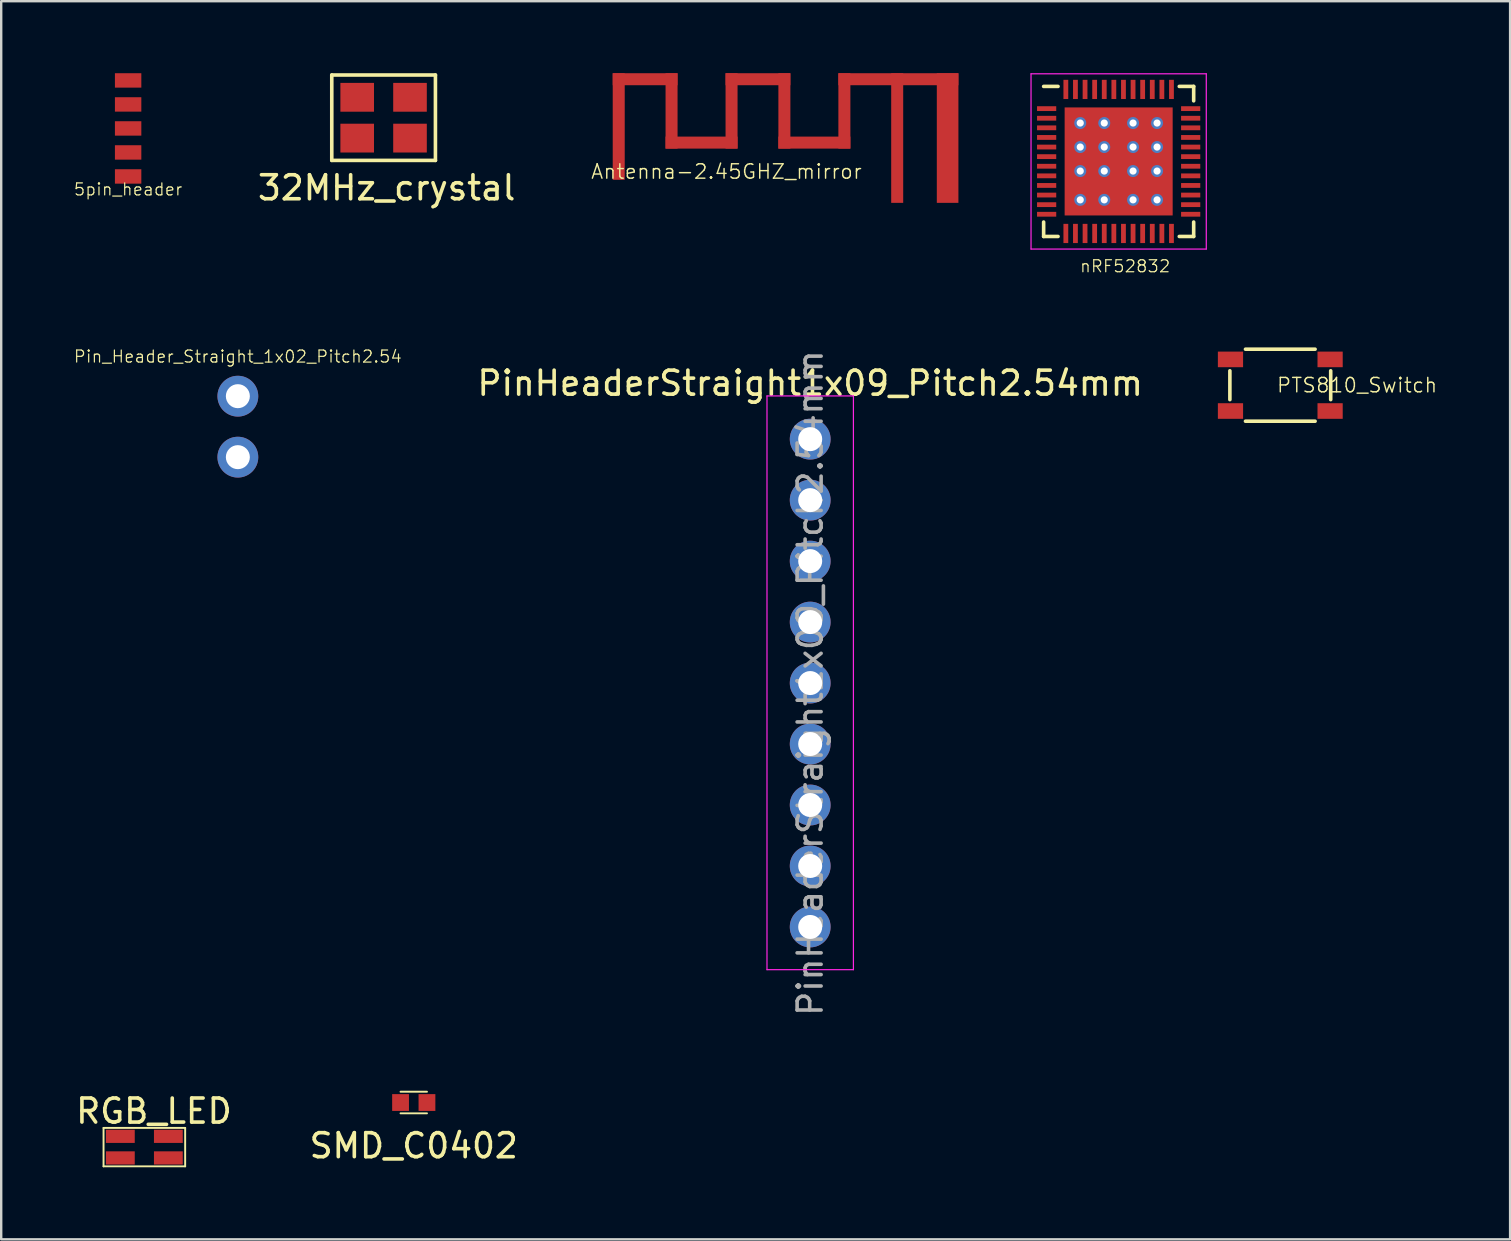
<source format=kicad_pcb>
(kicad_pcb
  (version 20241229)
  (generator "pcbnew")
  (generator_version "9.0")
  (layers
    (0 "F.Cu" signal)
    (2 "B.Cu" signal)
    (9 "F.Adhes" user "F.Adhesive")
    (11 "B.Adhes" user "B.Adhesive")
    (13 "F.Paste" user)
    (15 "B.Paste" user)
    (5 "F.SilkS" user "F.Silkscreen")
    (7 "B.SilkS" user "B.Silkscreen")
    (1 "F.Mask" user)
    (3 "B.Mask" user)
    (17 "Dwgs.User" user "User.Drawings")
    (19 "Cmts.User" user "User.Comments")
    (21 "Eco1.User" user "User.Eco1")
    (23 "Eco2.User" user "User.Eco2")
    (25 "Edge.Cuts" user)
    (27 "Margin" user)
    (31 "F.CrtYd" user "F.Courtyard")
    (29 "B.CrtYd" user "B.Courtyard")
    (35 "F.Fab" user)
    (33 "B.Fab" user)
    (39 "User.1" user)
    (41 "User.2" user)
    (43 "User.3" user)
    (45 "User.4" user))
  (footprint "RGB_LED"
    (layer "F.Cu")
    (at 2.963 44.734)
    (property "Reference" "RGB_LED" (at 0.4 -1.5 0) (layer "F.SilkS") (effects (font (size 1 1) (thickness 0.15))))
    (attr through_hole)
    (fp_line (start -1.7 -0.8) (end -1.7 0.8) (stroke (width 0.08) (type solid)) (layer "F.SilkS"))
    (fp_line (start -1.7 0.8) (end 1.7 0.8) (stroke (width 0.08) (type solid)) (layer "F.SilkS"))
    (fp_line (start 1.7 -0.8) (end -1.7 -0.8) (stroke (width 0.08) (type solid)) (layer "F.SilkS"))
    (fp_line (start 1.7 0.8) (end 1.7 -0.8) (stroke (width 0.08) (type solid)) (layer "F.SilkS"))
    (pad "1" smd rect (at -1 -0.45) (size 1.2 0.55) (layers "F.Cu" "F.Mask" "F.Paste"))
    (pad "2" smd rect (at -1 0.45) (size 1.2 0.55) (layers "F.Cu" "F.Mask" "F.Paste"))
    (pad "3" smd rect (at 1 0.45) (size 1.2 0.55) (layers "F.Cu" "F.Mask" "F.Paste"))
    (pad "4" smd rect (at 1 -0.45) (size 1.2 0.55) (layers "F.Cu" "F.Mask" "F.Paste")))
  (footprint "5pin_header"
    (layer "F.Cu")
    (at 2.287 2.3)
    (property "Reference" "5pin_header" (at 0 2.54 0) (layer "F.SilkS") (effects (font (size 0.5 0.5) (thickness 0.05))))
    (attr through_hole)
    (pad "1" smd rect (at 0 -2) (size 1.1 0.6) (layers "F.Cu" "F.Mask" "F.Paste"))
    (pad "2" smd rect (at 0 -1) (size 1.1 0.6) (layers "F.Cu" "F.Mask" "F.Paste"))
    (pad "3" smd rect (at 0 0) (size 1.1 0.6) (layers "F.Cu" "F.Mask" "F.Paste"))
    (pad "4" smd rect (at 0 1) (size 1.1 0.6) (layers "F.Cu" "F.Mask" "F.Paste"))
    (pad "5" smd rect (at 0 2) (size 1.1 0.6) (layers "F.Cu" "F.Mask" "F.Paste")))
  (footprint "Pin_Header_Straight_1x02_Pitch2.54"
    (layer "F.Cu")
    (at 6.858 13.453)
    (property "Reference" "Pin_Header_Straight_1x02_Pitch2.54" (at 0 -1.651 0) (layer "F.SilkS") (effects (font (size 0.5 0.5) (thickness 0.05))))
    (attr through_hole)
    (pad "1" thru_hole circle (at 0 0) (size 1.7 1.7) (drill 1) (layers "*.Cu" "*.Mask"))
    (pad "2" thru_hole oval (at 0 2.54) (size 1.7 1.7) (drill 1) (layers "*.Cu" "*.Mask")))
  (footprint "PinHeaderStraight1x09_Pitch2.54mm"
    (layer "F.Cu")
    (at 30.699 15.243)
    (property "Reference" "PinHeaderStraight1x09_Pitch2.54mm" (at 0 -2.33 0) (layer "F.SilkS") (effects (font (size 1 1) (thickness 0.15))))
    (attr through_hole)
    (fp_line (start -1.8 -1.8) (end -1.8 22.1) (stroke (width 0.05) (type solid)) (layer "F.CrtYd"))
    (fp_line (start -1.8 22.1) (end 1.8 22.1) (stroke (width 0.05) (type solid)) (layer "F.CrtYd"))
    (fp_line (start 1.8 -1.8) (end -1.8 -1.8) (stroke (width 0.05) (type solid)) (layer "F.CrtYd"))
    (fp_line (start 1.8 22.1) (end 1.8 -1.8) (stroke (width 0.05) (type solid)) (layer "F.CrtYd"))
    (fp_text user "${REFERENCE}" (at 0 10.16 90) (layer "F.Fab") (effects (font (size 1 1) (thickness 0.15))))
    (pad "1" thru_hole circle (at 0 0) (size 1.7 1.7) (drill 1) (layers "*.Cu" "*.Mask"))
    (pad "2" thru_hole oval (at 0 2.54) (size 1.7 1.7) (drill 1) (layers "*.Cu" "*.Mask"))
    (pad "3" thru_hole oval (at 0 5.08) (size 1.7 1.7) (drill 1) (layers "*.Cu" "*.Mask"))
    (pad "4" thru_hole oval (at 0 7.62) (size 1.7 1.7) (drill 1) (layers "*.Cu" "*.Mask"))
    (pad "5" thru_hole oval (at 0 10.16) (size 1.7 1.7) (drill 1) (layers "*.Cu" "*.Mask"))
    (pad "6" thru_hole oval (at 0 12.7) (size 1.7 1.7) (drill 1) (layers "*.Cu" "*.Mask"))
    (pad "7" thru_hole oval (at 0 15.24) (size 1.7 1.7) (drill 1) (layers "*.Cu" "*.Mask"))
    (pad "8" thru_hole oval (at 0 17.78) (size 1.7 1.7) (drill 1) (layers "*.Cu" "*.Mask"))
    (pad "9" thru_hole oval (at 0 20.32) (size 1.7 1.7) (drill 1) (layers "*.Cu" "*.Mask")))
  (footprint "32MHz_crystal"
    (layer "F.Cu")
    (at 12.929 1.853)
    (property "Reference" "32MHz_crystal" (at 0.127 2.921 0) (layer "F.SilkS") (effects (font (size 1 1) (thickness 0.15))))
    (attr through_hole)
    (fp_line (start -2.159 -1.778) (end 2.159 -1.778) (stroke (width 0.15) (type solid)) (layer "F.SilkS"))
    (fp_line (start -2.159 1.778) (end -2.159 -1.778) (stroke (width 0.15) (type solid)) (layer "F.SilkS"))
    (fp_line (start 2.159 -1.778) (end 2.159 1.778) (stroke (width 0.15) (type solid)) (layer "F.SilkS"))
    (fp_line (start 2.159 1.778) (end -2.159 1.778) (stroke (width 0.15) (type solid)) (layer "F.SilkS"))
    (pad "1" smd rect (at -1.1 0.85) (size 1.4 1.2) (layers "F.Cu" "F.Mask" "F.Paste"))
    (pad "2" smd rect (at 1.1 0.85) (size 1.4 1.2) (layers "F.Cu" "F.Mask" "F.Paste"))
    (pad "3" smd rect (at 1.1 -0.85) (size 1.4 1.2) (layers "F.Cu" "F.Mask" "F.Paste"))
    (pad "4" smd rect (at -1.1 -0.85) (size 1.4 1.2) (layers "F.Cu" "F.Mask" "F.Paste")))
  (footprint "Antenna-2.45GHZ_mirror"
    (layer "F.Cu")
    (at 24.036 2.7)
    (property "Reference" "Antenna-2.45GHZ_mirror" (at 3.175 1.397 180) (layer "F.SilkS") (effects (font (size 0.6 0.6) (thickness 0.06))))
    (attr through_hole)
    (pad "1" smd rect (at -1.313 -0.48) (size 0.5 4.44) (layers "F.Cu" "F.Mask"))
    (pad "1" smd rect (at -0.213 -2.45 270) (size 0.5 2.7) (layers "F.Cu" "F.Mask"))
    (pad "1" smd rect (at 0.888 -1.13) (size 0.5 3.14) (layers "F.Cu" "F.Mask"))
    (pad "1" smd rect (at 2.137 0.19 270) (size 0.5 3) (layers "F.Cu" "F.Mask"))
    (pad "1" smd rect (at 3.387 -1.13) (size 0.5 3.14) (layers "F.Cu" "F.Mask"))
    (pad "1" smd rect (at 4.487 -2.45 270) (size 0.5 2.7) (layers "F.Cu" "F.Mask"))
    (pad "1" smd rect (at 5.588 -1.13) (size 0.5 3.14) (layers "F.Cu" "F.Mask"))
    (pad "1" smd rect (at 6.837 0.19 270) (size 0.5 3) (layers "F.Cu" "F.Mask"))
    (pad "1" smd rect (at 8.087 -1.13) (size 0.5 3.14) (layers "F.Cu" "F.Mask"))
    (pad "1" smd rect (at 10.287 0 180) (size 0.5 5.4) (layers "F.Cu" "F.Mask"))
    (pad "1" smd rect (at 10.337 -2.45 90) (size 0.5 5) (layers "F.Cu" "F.Mask"))
    (pad "2" smd rect (at 12.387 0 180) (size 0.9 5.4) (layers "F.Cu" "F.Mask")))
  (footprint "nRF52832"
    (layer "F.Cu")
    (at 43.548 3.675)
    (property "Reference" "nRF52832" (at 0.272 4.366 180) (layer "F.SilkS") (effects (font (size 0.5 0.5) (thickness 0.05))))
    (attr smd)
    (fp_line (start -3.125 -3.125) (end -2.525 -3.125) (stroke (width 0.15) (type solid)) (layer "F.SilkS"))
    (fp_line (start -3.125 3.125) (end -3.125 2.525) (stroke (width 0.15) (type solid)) (layer "F.SilkS"))
    (fp_line (start -3.125 3.125) (end -2.525 3.125) (stroke (width 0.15) (type solid)) (layer "F.SilkS"))
    (fp_line (start 3.125 -3.125) (end 2.525 -3.125) (stroke (width 0.15) (type solid)) (layer "F.SilkS"))
    (fp_line (start 3.125 -3.125) (end 3.125 -2.525) (stroke (width 0.15) (type solid)) (layer "F.SilkS"))
    (fp_line (start 3.125 3.125) (end 2.525 3.125) (stroke (width 0.15) (type solid)) (layer "F.SilkS"))
    (fp_line (start 3.125 3.125) (end 3.125 2.525) (stroke (width 0.15) (type solid)) (layer "F.SilkS"))
    (fp_line (start -3.65 -3.65) (end -3.65 3.65) (stroke (width 0.05) (type solid)) (layer "F.CrtYd"))
    (fp_line (start -3.65 -3.65) (end 3.65 -3.65) (stroke (width 0.05) (type solid)) (layer "F.CrtYd"))
    (fp_line (start -3.65 3.65) (end 3.65 3.65) (stroke (width 0.05) (type solid)) (layer "F.CrtYd"))
    (fp_line (start 3.65 -3.65) (end 3.65 3.65) (stroke (width 0.05) (type solid)) (layer "F.CrtYd"))
    (pad "1" smd rect (at -3 -2.2) (size 0.8 0.2) (layers "F.Cu" "F.Mask" "F.Paste"))
    (pad "2" smd rect (at -3 -1.8) (size 0.8 0.2) (layers "F.Cu" "F.Mask" "F.Paste"))
    (pad "3" smd rect (at -3 -1.4) (size 0.8 0.2) (layers "F.Cu" "F.Mask" "F.Paste"))
    (pad "4" smd rect (at -3 -1) (size 0.8 0.2) (layers "F.Cu" "F.Mask" "F.Paste"))
    (pad "5" smd rect (at -3 -0.6) (size 0.8 0.2) (layers "F.Cu" "F.Mask" "F.Paste"))
    (pad "6" smd rect (at -3 -0.2) (size 0.8 0.2) (layers "F.Cu" "F.Mask" "F.Paste"))
    (pad "7" smd rect (at -3 0.2) (size 0.8 0.2) (layers "F.Cu" "F.Mask" "F.Paste"))
    (pad "8" smd rect (at -3 0.6) (size 0.8 0.2) (layers "F.Cu" "F.Mask" "F.Paste"))
    (pad "9" smd rect (at -3 1) (size 0.8 0.2) (layers "F.Cu" "F.Mask" "F.Paste"))
    (pad "10" smd rect (at -3 1.4) (size 0.8 0.2) (layers "F.Cu" "F.Mask" "F.Paste"))
    (pad "11" smd rect (at -3 1.8) (size 0.8 0.2) (layers "F.Cu" "F.Mask" "F.Paste"))
    (pad "12" smd rect (at -3 2.2) (size 0.8 0.2) (layers "F.Cu" "F.Mask" "F.Paste"))
    (pad "13" smd rect (at -2.2 3 90) (size 0.8 0.2) (layers "F.Cu" "F.Mask" "F.Paste"))
    (pad "14" smd rect (at -1.8 3 90) (size 0.8 0.2) (layers "F.Cu" "F.Mask" "F.Paste"))
    (pad "15" smd rect (at -1.4 3 90) (size 0.8 0.2) (layers "F.Cu" "F.Mask" "F.Paste"))
    (pad "16" smd rect (at -1 3 90) (size 0.8 0.2) (layers "F.Cu" "F.Mask" "F.Paste"))
    (pad "17" smd rect (at -0.6 3 90) (size 0.8 0.2) (layers "F.Cu" "F.Mask" "F.Paste"))
    (pad "18" smd rect (at -0.2 3 90) (size 0.8 0.2) (layers "F.Cu" "F.Mask" "F.Paste"))
    (pad "19" smd rect (at 0.2 3 90) (size 0.8 0.2) (layers "F.Cu" "F.Mask" "F.Paste"))
    (pad "20" smd rect (at 0.6 3 90) (size 0.8 0.2) (layers "F.Cu" "F.Mask" "F.Paste"))
    (pad "21" smd rect (at 1 3 90) (size 0.8 0.2) (layers "F.Cu" "F.Mask" "F.Paste"))
    (pad "22" smd rect (at 1.4 3 90) (size 0.8 0.2) (layers "F.Cu" "F.Mask" "F.Paste"))
    (pad "23" smd rect (at 1.8 3 90) (size 0.8 0.2) (layers "F.Cu" "F.Mask" "F.Paste"))
    (pad "24" smd rect (at 2.2 3 90) (size 0.8 0.2) (layers "F.Cu" "F.Mask" "F.Paste"))
    (pad "25" smd rect (at 3 2.2) (size 0.8 0.2) (layers "F.Cu" "F.Mask" "F.Paste"))
    (pad "26" smd rect (at 3 1.8) (size 0.8 0.2) (layers "F.Cu" "F.Mask" "F.Paste"))
    (pad "27" smd rect (at 3 1.4) (size 0.8 0.2) (layers "F.Cu" "F.Mask" "F.Paste"))
    (pad "28" smd rect (at 3 1) (size 0.8 0.2) (layers "F.Cu" "F.Mask" "F.Paste"))
    (pad "29" smd rect (at 3 0.6) (size 0.8 0.2) (layers "F.Cu" "F.Mask" "F.Paste"))
    (pad "30" smd rect (at 3 0.2) (size 0.8 0.2) (layers "F.Cu" "F.Mask" "F.Paste"))
    (pad "31" smd rect (at 3 -0.2) (size 0.8 0.2) (layers "F.Cu" "F.Mask" "F.Paste"))
    (pad "32" smd rect (at 3 -0.6) (size 0.8 0.2) (layers "F.Cu" "F.Mask" "F.Paste"))
    (pad "33" smd rect (at 3 -1) (size 0.8 0.2) (layers "F.Cu" "F.Mask" "F.Paste"))
    (pad "34" smd rect (at 3 -1.4) (size 0.8 0.2) (layers "F.Cu" "F.Mask" "F.Paste"))
    (pad "35" smd rect (at 3 -1.8) (size 0.8 0.2) (layers "F.Cu" "F.Mask" "F.Paste"))
    (pad "36" smd rect (at 3 -2.2) (size 0.8 0.2) (layers "F.Cu" "F.Mask" "F.Paste"))
    (pad "37" smd rect (at 2.2 -3 90) (size 0.8 0.2) (layers "F.Cu" "F.Mask" "F.Paste"))
    (pad "38" smd rect (at 1.8 -3 90) (size 0.8 0.2) (layers "F.Cu" "F.Mask" "F.Paste"))
    (pad "39" smd rect (at 1.4 -3 90) (size 0.8 0.2) (layers "F.Cu" "F.Mask" "F.Paste"))
    (pad "40" smd rect (at 1 -3 90) (size 0.8 0.2) (layers "F.Cu" "F.Mask" "F.Paste"))
    (pad "41" smd rect (at 0.6 -3 90) (size 0.8 0.2) (layers "F.Cu" "F.Mask" "F.Paste"))
    (pad "42" smd rect (at 0.2 -3 90) (size 0.8 0.2) (layers "F.Cu" "F.Mask" "F.Paste"))
    (pad "43" smd rect (at -0.2 -3 90) (size 0.8 0.2) (layers "F.Cu" "F.Mask" "F.Paste"))
    (pad "44" smd rect (at -0.6 -3 90) (size 0.8 0.2) (layers "F.Cu" "F.Mask" "F.Paste"))
    (pad "45" smd rect (at -1 -3 90) (size 0.8 0.2) (layers "F.Cu" "F.Mask" "F.Paste"))
    (pad "46" smd rect (at -1.4 -3 90) (size 0.8 0.2) (layers "F.Cu" "F.Mask" "F.Paste"))
    (pad "47" smd rect (at -1.8 -3 90) (size 0.8 0.2) (layers "F.Cu" "F.Mask" "F.Paste"))
    (pad "48" smd rect (at -2.2 -3 90) (size 0.8 0.2) (layers "F.Cu" "F.Mask" "F.Paste"))
    (pad "49" thru_hole circle (at -1.6 -1.6) (size 0.5 0.5) (drill 0.3) (layers "*.Cu" "*.Mask"))
    (pad "49" thru_hole circle (at -1.6 -0.6) (size 0.5 0.5) (drill 0.3) (layers "*.Cu" "*.Mask"))
    (pad "49" thru_hole circle (at -1.6 0.4) (size 0.5 0.5) (drill 0.3) (layers "*.Cu" "*.Mask"))
    (pad "49" thru_hole circle (at -1.6 1.6) (size 0.5 0.5) (drill 0.3) (layers "*.Cu" "*.Mask"))
    (pad "49" thru_hole circle (at -0.6 -1.6) (size 0.5 0.5) (drill 0.3) (layers "*.Cu" "*.Mask"))
    (pad "49" thru_hole circle (at -0.6 -0.6) (size 0.5 0.5) (drill 0.3) (layers "*.Cu" "*.Mask"))
    (pad "49" thru_hole circle (at -0.6 0.4) (size 0.5 0.5) (drill 0.3) (layers "*.Cu" "*.Mask"))
    (pad "49" thru_hole circle (at -0.6 1.6) (size 0.5 0.5) (drill 0.3) (layers "*.Cu" "*.Mask"))
    (pad "49" smd rect (at 0 0) (size 4.5 4.5) (layers "F.Cu" "F.Mask" "F.Paste"))
    (pad "49" thru_hole circle (at 0.6 -1.6) (size 0.5 0.5) (drill 0.3) (layers "*.Cu" "*.Mask"))
    (pad "49" thru_hole circle (at 0.6 -0.6) (size 0.5 0.5) (drill 0.3) (layers "*.Cu" "*.Mask"))
    (pad "49" thru_hole circle (at 0.6 0.4) (size 0.5 0.5) (drill 0.3) (layers "*.Cu" "*.Mask"))
    (pad "49" thru_hole circle (at 0.6 1.6) (size 0.5 0.5) (drill 0.3) (layers "*.Cu" "*.Mask"))
    (pad "49" thru_hole circle (at 1.6 -1.6) (size 0.5 0.5) (drill 0.3) (layers "*.Cu" "*.Mask"))
    (pad "49" thru_hole circle (at 1.6 -0.6) (size 0.5 0.5) (drill 0.3) (layers "*.Cu" "*.Mask"))
    (pad "49" thru_hole circle (at 1.6 0.4) (size 0.5 0.5) (drill 0.3) (layers "*.Cu" "*.Mask"))
    (pad "49" thru_hole circle (at 1.6 1.6) (size 0.5 0.5) (drill 0.3) (layers "*.Cu" "*.Mask")))
  (footprint "SMD_C0402"
    (layer "F.Cu")
    (at 14.185 42.876)
    (property "Reference" "SMD_C0402" (at 0 1.8 0) (layer "F.SilkS") (effects (font (size 1 1) (thickness 0.15))))
    (attr through_hole)
    (fp_line (start -0.55 -0.45) (end 0.55 -0.45) (stroke (width 0.08) (type solid)) (layer "F.SilkS"))
    (fp_line (start -0.55 0.45) (end 0.55 0.45) (stroke (width 0.08) (type solid)) (layer "F.SilkS"))
    (pad "1" smd rect (at -0.55 0) (size 0.7 0.7) (layers "F.Cu" "F.Mask" "F.Paste"))
    (pad "2" smd rect (at 0.55 0) (size 0.7 0.7) (layers "F.Cu" "F.Mask" "F.Paste")))
  (footprint "PTS810_Switch"
    (layer "F.Cu")
    (at 50.281 12.996)
    (property "Reference" "PTS810_Switch" (at 3.2 0 0) (layer "F.SilkS") (effects (font (size 0.6 0.6) (thickness 0.06))))
    (attr through_hole)
    (fp_line (start -2.1 -0.6) (end -2.1 0.6) (stroke (width 0.15) (type solid)) (layer "F.SilkS"))
    (fp_line (start -1.45 1.5) (end 1.45 1.5) (stroke (width 0.15) (type solid)) (layer "F.SilkS"))
    (fp_line (start 1.45 -1.5) (end -1.45 -1.5) (stroke (width 0.15) (type solid)) (layer "F.SilkS"))
    (fp_line (start 2.1 0.6) (end 2.1 -0.6) (stroke (width 0.15) (type solid)) (layer "F.SilkS"))
    (pad "1" smd rect (at -2.075 -1.075) (size 1.05 0.65) (layers "F.Cu" "F.Mask" "F.Paste"))
    (pad "2" smd rect (at -2.075 1.075) (size 1.05 0.65) (layers "F.Cu" "F.Mask" "F.Paste"))
    (pad "3" smd rect (at 2.075 -1.075) (size 1.05 0.65) (layers "F.Cu" "F.Mask" "F.Paste"))
    (pad "4" smd rect (at 2.075 1.075) (size 1.05 0.65) (layers "F.Cu" "F.Mask" "F.Paste")))
  (gr_rect
    (start -3 -3)
    (end 59.854 48.574)
    (stroke (width 0.1) (type default))
    (fill no)
    (layer "Edge.Cuts")))
</source>
